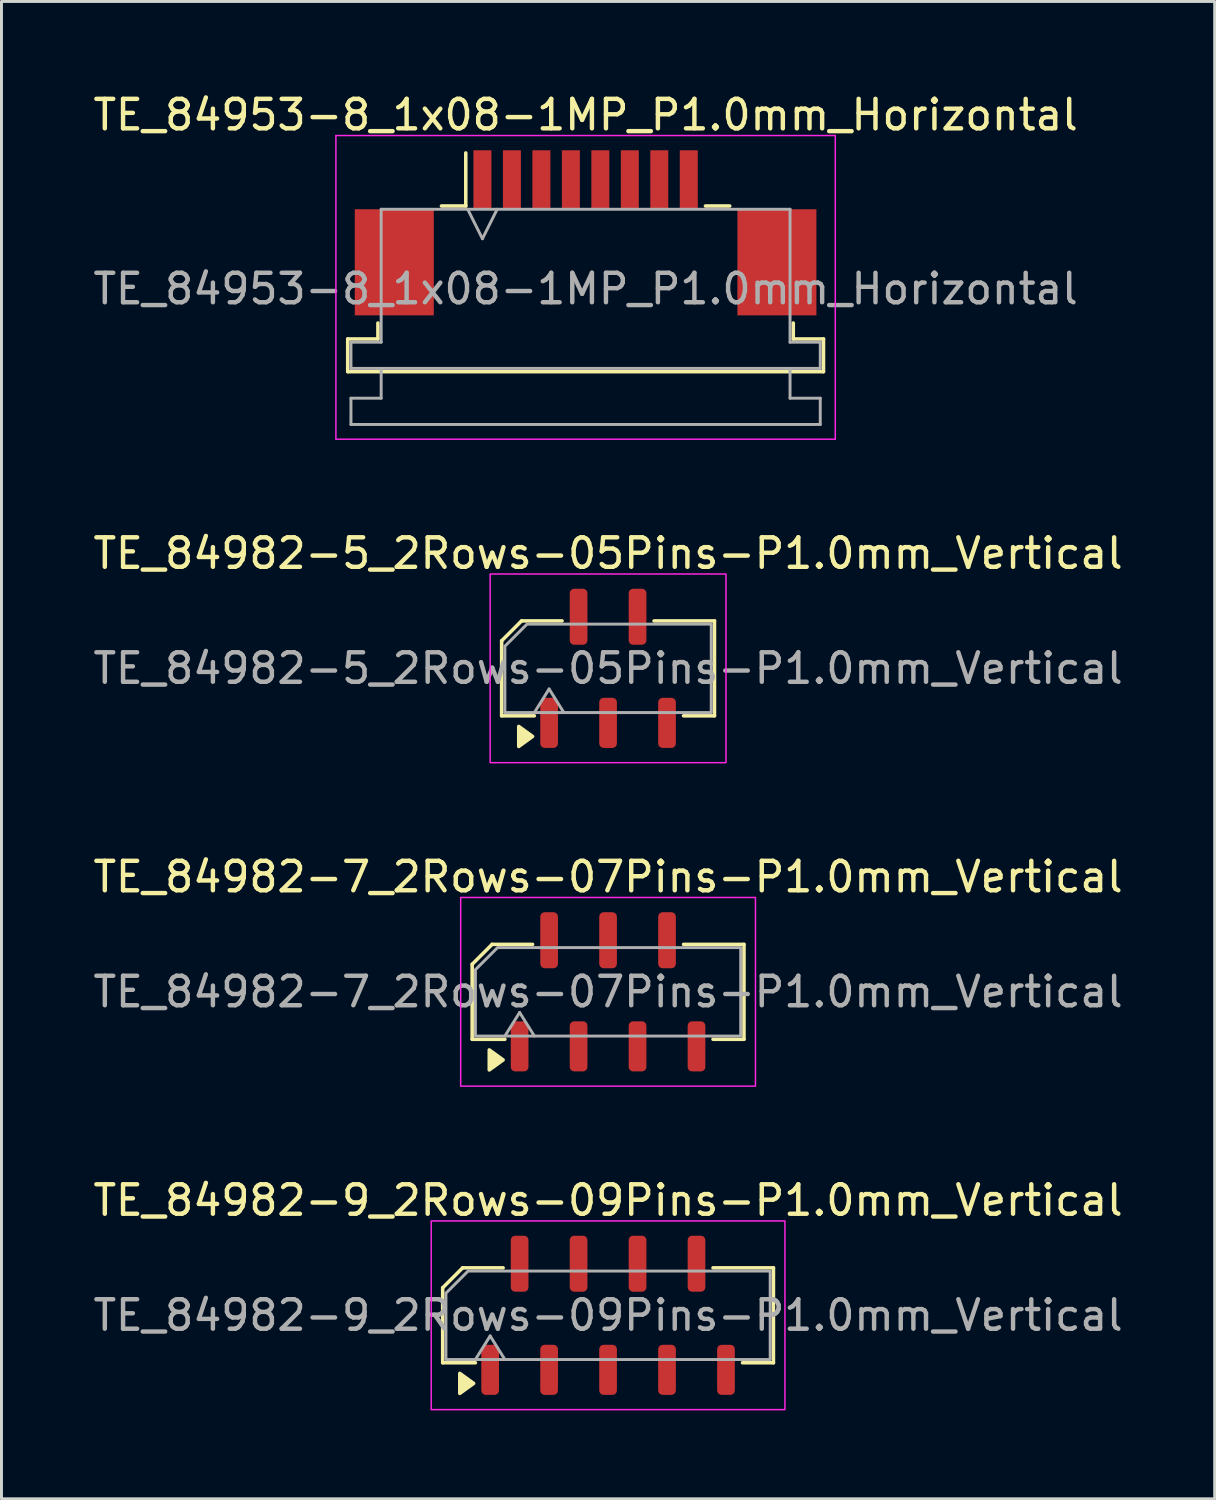
<source format=kicad_pcb>
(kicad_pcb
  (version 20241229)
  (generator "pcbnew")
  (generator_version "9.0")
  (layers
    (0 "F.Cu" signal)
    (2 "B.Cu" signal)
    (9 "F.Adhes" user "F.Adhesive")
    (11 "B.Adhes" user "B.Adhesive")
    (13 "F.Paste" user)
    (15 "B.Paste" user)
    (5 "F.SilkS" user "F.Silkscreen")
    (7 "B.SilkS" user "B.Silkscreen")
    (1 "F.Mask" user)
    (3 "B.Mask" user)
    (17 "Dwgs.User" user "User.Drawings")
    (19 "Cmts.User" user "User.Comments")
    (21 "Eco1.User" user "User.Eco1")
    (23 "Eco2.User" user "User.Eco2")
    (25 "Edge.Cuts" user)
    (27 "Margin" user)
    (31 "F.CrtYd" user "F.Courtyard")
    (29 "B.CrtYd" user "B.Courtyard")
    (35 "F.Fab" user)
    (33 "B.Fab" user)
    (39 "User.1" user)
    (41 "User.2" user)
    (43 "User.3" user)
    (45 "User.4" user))
  (footprint "TE_84982-5_2Rows-05Pins-P1.0mm_Vertical"
    (layer "F.Cu")
    (at 17.577 19.622)
    (property "Reference" "TE_84982-5_2Rows-05Pins-P1.0mm_Vertical" (at 0 -3.9 0) (layer "F.SilkS") (effects (font (size 1 1) (thickness 0.15))))
    (attr smd)
    (fp_line (start -3.61 -0.934) (end -3.61 1.61) (stroke (width 0.12) (type solid)) (layer "F.SilkS"))
    (fp_line (start -3.61 1.61) (end -2.5 1.61) (stroke (width 0.12) (type solid)) (layer "F.SilkS"))
    (fp_line (start -2.934 -1.61) (end -3.61 -0.934) (stroke (width 0.12) (type solid)) (layer "F.SilkS"))
    (fp_line (start -1.56 -1.61) (end -2.934 -1.61) (stroke (width 0.12) (type solid)) (layer "F.SilkS"))
    (fp_line (start 2.56 1.61) (end 3.61 1.61) (stroke (width 0.12) (type solid)) (layer "F.SilkS"))
    (fp_line (start 3.61 -1.61) (end 1.56 -1.61) (stroke (width 0.12) (type solid)) (layer "F.SilkS"))
    (fp_line (start 3.61 1.61) (end 3.61 -1.61) (stroke (width 0.12) (type solid)) (layer "F.SilkS"))
    (fp_poly (pts (xy -2.56 2.31) (xy -3.03 2.65) (xy -3.03 1.97)) (stroke (width 0.12) (type solid)) (fill yes) (layer "F.SilkS"))
    (fp_rect (start -4 -3.2) (end 4 3.2) (stroke (width 0.05) (type solid)) (fill no) (layer "F.CrtYd"))
    (fp_line (start -2.5 1.5) (end -2 0.7) (stroke (width 0.1) (type solid)) (layer "F.Fab"))
    (fp_line (start -2 0.7) (end -1.5 1.5) (stroke (width 0.1) (type solid)) (layer "F.Fab"))
    (fp_poly (pts (xy -3.5 -0.75) (xy -3.5 1.5) (xy 3.5 1.5) (xy 3.5 -1.5) (xy -2.75 -1.5)) (stroke (width 0.1) (type solid)) (fill no) (layer "F.Fab"))
    (fp_text user "${REFERENCE}" (at 0 0 0) (layer "F.Fab") (effects (font (size 1 1) (thickness 0.15))))
    (pad "1" smd roundrect (at -2 1.85) (size 0.6 1.7) (layers "F.Cu" "F.Mask" "F.Paste") (roundrect_rratio 0.25))
    (pad "2" smd roundrect (at -1 -1.75) (size 0.6 1.9) (layers "F.Cu" "F.Mask" "F.Paste") (roundrect_rratio 0.25))
    (pad "3" smd roundrect (at 0 1.85) (size 0.6 1.7) (layers "F.Cu" "F.Mask" "F.Paste") (roundrect_rratio 0.25))
    (pad "4" smd roundrect (at 1 -1.75) (size 0.6 1.9) (layers "F.Cu" "F.Mask" "F.Paste") (roundrect_rratio 0.25))
    (pad "5" smd roundrect (at 2 1.85) (size 0.6 1.7) (layers "F.Cu" "F.Mask" "F.Paste") (roundrect_rratio 0.25)))
  (footprint "TE_84982-9_2Rows-09Pins-P1.0mm_Vertical"
    (layer "F.Cu")
    (at 17.577 41.568)
    (property "Reference" "TE_84982-9_2Rows-09Pins-P1.0mm_Vertical" (at 0 -3.9 0) (layer "F.SilkS") (effects (font (size 1 1) (thickness 0.15))))
    (attr smd)
    (fp_line (start -5.61 -0.934) (end -5.61 1.61) (stroke (width 0.12) (type solid)) (layer "F.SilkS"))
    (fp_line (start -5.61 1.61) (end -4.5 1.61) (stroke (width 0.12) (type solid)) (layer "F.SilkS"))
    (fp_line (start -4.934 -1.61) (end -5.61 -0.934) (stroke (width 0.12) (type solid)) (layer "F.SilkS"))
    (fp_line (start -3.56 -1.61) (end -4.934 -1.61) (stroke (width 0.12) (type solid)) (layer "F.SilkS"))
    (fp_line (start 4.56 1.61) (end 5.61 1.61) (stroke (width 0.12) (type solid)) (layer "F.SilkS"))
    (fp_line (start 5.61 -1.61) (end 3.56 -1.61) (stroke (width 0.12) (type solid)) (layer "F.SilkS"))
    (fp_line (start 5.61 1.61) (end 5.61 -1.61) (stroke (width 0.12) (type solid)) (layer "F.SilkS"))
    (fp_poly (pts (xy -4.56 2.31) (xy -5.03 2.65) (xy -5.03 1.97)) (stroke (width 0.12) (type solid)) (fill yes) (layer "F.SilkS"))
    (fp_rect (start -6 -3.2) (end 6 3.2) (stroke (width 0.05) (type solid)) (fill no) (layer "F.CrtYd"))
    (fp_line (start -4.5 1.5) (end -4 0.7) (stroke (width 0.1) (type solid)) (layer "F.Fab"))
    (fp_line (start -4 0.7) (end -3.5 1.5) (stroke (width 0.1) (type solid)) (layer "F.Fab"))
    (fp_poly (pts (xy -5.5 -0.75) (xy -5.5 1.5) (xy 5.5 1.5) (xy 5.5 -1.5) (xy -4.75 -1.5)) (stroke (width 0.1) (type solid)) (fill no) (layer "F.Fab"))
    (fp_text user "${REFERENCE}" (at 0 0 0) (layer "F.Fab") (effects (font (size 1 1) (thickness 0.15))))
    (pad "1" smd roundrect (at -4 1.85) (size 0.6 1.7) (layers "F.Cu" "F.Mask" "F.Paste") (roundrect_rratio 0.25))
    (pad "2" smd roundrect (at -3 -1.75) (size 0.6 1.9) (layers "F.Cu" "F.Mask" "F.Paste") (roundrect_rratio 0.25))
    (pad "3" smd roundrect (at -2 1.85) (size 0.6 1.7) (layers "F.Cu" "F.Mask" "F.Paste") (roundrect_rratio 0.25))
    (pad "4" smd roundrect (at -1 -1.75) (size 0.6 1.9) (layers "F.Cu" "F.Mask" "F.Paste") (roundrect_rratio 0.25))
    (pad "5" smd roundrect (at 0 1.85) (size 0.6 1.7) (layers "F.Cu" "F.Mask" "F.Paste") (roundrect_rratio 0.25))
    (pad "6" smd roundrect (at 1 -1.75) (size 0.6 1.9) (layers "F.Cu" "F.Mask" "F.Paste") (roundrect_rratio 0.25))
    (pad "7" smd roundrect (at 2 1.85) (size 0.6 1.7) (layers "F.Cu" "F.Mask" "F.Paste") (roundrect_rratio 0.25))
    (pad "8" smd roundrect (at 3 -1.75) (size 0.6 1.9) (layers "F.Cu" "F.Mask" "F.Paste") (roundrect_rratio 0.25))
    (pad "9" smd roundrect (at 4 1.85) (size 0.6 1.7) (layers "F.Cu" "F.Mask" "F.Paste") (roundrect_rratio 0.25)))
  (footprint "TE_84953-8_1x08-1MP_P1.0mm_Horizontal"
    (layer "F.Cu")
    (at 16.815 4.848)
    (property "Reference" "TE_84953-8_1x08-1MP_P1.0mm_Horizontal" (at 0 -4 0) (layer "F.SilkS") (effects (font (size 1 1) (thickness 0.15))))
    (attr smd)
    (fp_line (start -8.07 3.6) (end -7.045 3.6) (stroke (width 0.12) (type solid)) (layer "F.SilkS"))
    (fp_line (start -8.07 4.71) (end -8.07 3.6) (stroke (width 0.12) (type solid)) (layer "F.SilkS"))
    (fp_line (start -7.045 3.6) (end -7.045 3.06) (stroke (width 0.12) (type solid)) (layer "F.SilkS"))
    (fp_line (start -4.89 -0.91) (end -4.065 -0.91) (stroke (width 0.12) (type solid)) (layer "F.SilkS"))
    (fp_line (start -4.065 -0.91) (end -4.065 -2.71) (stroke (width 0.12) (type solid)) (layer "F.SilkS"))
    (fp_line (start 4.065 -0.91) (end 4.89 -0.91) (stroke (width 0.12) (type solid)) (layer "F.SilkS"))
    (fp_line (start 7.045 3.06) (end 7.045 3.6) (stroke (width 0.12) (type solid)) (layer "F.SilkS"))
    (fp_line (start 7.045 3.6) (end 8.07 3.6) (stroke (width 0.12) (type solid)) (layer "F.SilkS"))
    (fp_line (start 8.07 3.6) (end 8.07 4.71) (stroke (width 0.12) (type solid)) (layer "F.SilkS"))
    (fp_line (start 8.07 4.71) (end -8.07 4.71) (stroke (width 0.12) (type solid)) (layer "F.SilkS"))
    (fp_line (start -8.47 -3.3) (end -8.47 7) (stroke (width 0.05) (type solid)) (layer "F.CrtYd"))
    (fp_line (start -8.47 7) (end 8.47 7) (stroke (width 0.05) (type solid)) (layer "F.CrtYd"))
    (fp_line (start 8.47 -3.3) (end -8.47 -3.3) (stroke (width 0.05) (type solid)) (layer "F.CrtYd"))
    (fp_line (start 8.47 7) (end 8.47 -3.3) (stroke (width 0.05) (type solid)) (layer "F.CrtYd"))
    (fp_line (start -7.96 3.71) (end -6.935 3.71) (stroke (width 0.1) (type solid)) (layer "F.Fab"))
    (fp_line (start -7.96 4.6) (end -7.96 3.71) (stroke (width 0.1) (type solid)) (layer "F.Fab"))
    (fp_line (start -7.96 5.61) (end -6.935 5.61) (stroke (width 0.1) (type solid)) (layer "F.Fab"))
    (fp_line (start -7.96 6.5) (end -7.96 5.61) (stroke (width 0.1) (type solid)) (layer "F.Fab"))
    (fp_line (start -6.935 -0.8) (end 6.935 -0.8) (stroke (width 0.1) (type solid)) (layer "F.Fab"))
    (fp_line (start -6.935 3.71) (end -6.935 -0.8) (stroke (width 0.1) (type solid)) (layer "F.Fab"))
    (fp_line (start -6.935 5.61) (end -6.935 4.6) (stroke (width 0.1) (type solid)) (layer "F.Fab"))
    (fp_line (start -4 -0.8) (end -3.5 0.2) (stroke (width 0.1) (type solid)) (layer "F.Fab"))
    (fp_line (start -3.5 0.2) (end -3 -0.8) (stroke (width 0.1) (type solid)) (layer "F.Fab"))
    (fp_line (start 6.935 -0.8) (end 6.935 3.71) (stroke (width 0.1) (type solid)) (layer "F.Fab"))
    (fp_line (start 6.935 3.71) (end 7.96 3.71) (stroke (width 0.1) (type solid)) (layer "F.Fab"))
    (fp_line (start 6.935 4.6) (end 6.935 5.61) (stroke (width 0.1) (type solid)) (layer "F.Fab"))
    (fp_line (start 6.935 5.61) (end 7.96 5.61) (stroke (width 0.1) (type solid)) (layer "F.Fab"))
    (fp_line (start 7.96 3.71) (end 7.96 4.6) (stroke (width 0.1) (type solid)) (layer "F.Fab"))
    (fp_line (start 7.96 4.6) (end -7.96 4.6) (stroke (width 0.1) (type solid)) (layer "F.Fab"))
    (fp_line (start 7.96 5.61) (end 7.96 6.5) (stroke (width 0.1) (type solid)) (layer "F.Fab"))
    (fp_line (start 7.96 6.5) (end -7.96 6.5) (stroke (width 0.1) (type solid)) (layer "F.Fab"))
    (fp_text user "${REFERENCE}" (at 0 1.9 0) (layer "F.Fab") (effects (font (size 1 1) (thickness 0.15))))
    (pad "1" smd rect (at -3.5 -1.8) (size 0.61 2) (layers "F.Cu" "F.Mask" "F.Paste"))
    (pad "2" smd rect (at -2.5 -1.8) (size 0.61 2) (layers "F.Cu" "F.Mask" "F.Paste"))
    (pad "3" smd rect (at -1.5 -1.8) (size 0.61 2) (layers "F.Cu" "F.Mask" "F.Paste"))
    (pad "4" smd rect (at -0.5 -1.8) (size 0.61 2) (layers "F.Cu" "F.Mask" "F.Paste"))
    (pad "5" smd rect (at 0.5 -1.8) (size 0.61 2) (layers "F.Cu" "F.Mask" "F.Paste"))
    (pad "6" smd rect (at 1.5 -1.8) (size 0.61 2) (layers "F.Cu" "F.Mask" "F.Paste"))
    (pad "7" smd rect (at 2.5 -1.8) (size 0.61 2) (layers "F.Cu" "F.Mask" "F.Paste"))
    (pad "8" smd rect (at 3.5 -1.8) (size 0.61 2) (layers "F.Cu" "F.Mask" "F.Paste"))
    (pad "MP" smd rect (at -6.49 1) (size 2.68 3.6) (layers "F.Cu" "F.Mask" "F.Paste"))
    (pad "MP" smd rect (at 6.49 1) (size 2.68 3.6) (layers "F.Cu" "F.Mask" "F.Paste")))
  (footprint "TE_84982-7_2Rows-07Pins-P1.0mm_Vertical"
    (layer "F.Cu")
    (at 17.577 30.595)
    (property "Reference" "TE_84982-7_2Rows-07Pins-P1.0mm_Vertical" (at 0 -3.9 0) (layer "F.SilkS") (effects (font (size 1 1) (thickness 0.15))))
    (attr smd)
    (fp_line (start -4.61 -0.934) (end -4.61 1.61) (stroke (width 0.12) (type solid)) (layer "F.SilkS"))
    (fp_line (start -4.61 1.61) (end -3.5 1.61) (stroke (width 0.12) (type solid)) (layer "F.SilkS"))
    (fp_line (start -3.934 -1.61) (end -4.61 -0.934) (stroke (width 0.12) (type solid)) (layer "F.SilkS"))
    (fp_line (start -2.56 -1.61) (end -3.934 -1.61) (stroke (width 0.12) (type solid)) (layer "F.SilkS"))
    (fp_line (start 3.56 1.61) (end 4.61 1.61) (stroke (width 0.12) (type solid)) (layer "F.SilkS"))
    (fp_line (start 4.61 -1.61) (end 2.56 -1.61) (stroke (width 0.12) (type solid)) (layer "F.SilkS"))
    (fp_line (start 4.61 1.61) (end 4.61 -1.61) (stroke (width 0.12) (type solid)) (layer "F.SilkS"))
    (fp_poly (pts (xy -3.56 2.31) (xy -4.03 2.65) (xy -4.03 1.97)) (stroke (width 0.12) (type solid)) (fill yes) (layer "F.SilkS"))
    (fp_rect (start -5 -3.2) (end 5 3.2) (stroke (width 0.05) (type solid)) (fill no) (layer "F.CrtYd"))
    (fp_line (start -3.5 1.5) (end -3 0.7) (stroke (width 0.1) (type solid)) (layer "F.Fab"))
    (fp_line (start -3 0.7) (end -2.5 1.5) (stroke (width 0.1) (type solid)) (layer "F.Fab"))
    (fp_poly (pts (xy -4.5 -0.75) (xy -4.5 1.5) (xy 4.5 1.5) (xy 4.5 -1.5) (xy -3.75 -1.5)) (stroke (width 0.1) (type solid)) (fill no) (layer "F.Fab"))
    (fp_text user "${REFERENCE}" (at 0 0 0) (layer "F.Fab") (effects (font (size 1 1) (thickness 0.15))))
    (pad "1" smd roundrect (at -3 1.85) (size 0.6 1.7) (layers "F.Cu" "F.Mask" "F.Paste") (roundrect_rratio 0.25))
    (pad "2" smd roundrect (at -2 -1.75) (size 0.6 1.9) (layers "F.Cu" "F.Mask" "F.Paste") (roundrect_rratio 0.25))
    (pad "3" smd roundrect (at -1 1.85) (size 0.6 1.7) (layers "F.Cu" "F.Mask" "F.Paste") (roundrect_rratio 0.25))
    (pad "4" smd roundrect (at 0 -1.75) (size 0.6 1.9) (layers "F.Cu" "F.Mask" "F.Paste") (roundrect_rratio 0.25))
    (pad "5" smd roundrect (at 1 1.85) (size 0.6 1.7) (layers "F.Cu" "F.Mask" "F.Paste") (roundrect_rratio 0.25))
    (pad "6" smd roundrect (at 2 -1.75) (size 0.6 1.9) (layers "F.Cu" "F.Mask" "F.Paste") (roundrect_rratio 0.25))
    (pad "7" smd roundrect (at 3 1.85) (size 0.6 1.7) (layers "F.Cu" "F.Mask" "F.Paste") (roundrect_rratio 0.25)))
  (gr_rect
    (start -3 -3)
    (end 38.155 47.793)
    (stroke (width 0.1) (type default))
    (fill no)
    (layer "Edge.Cuts")))
</source>
